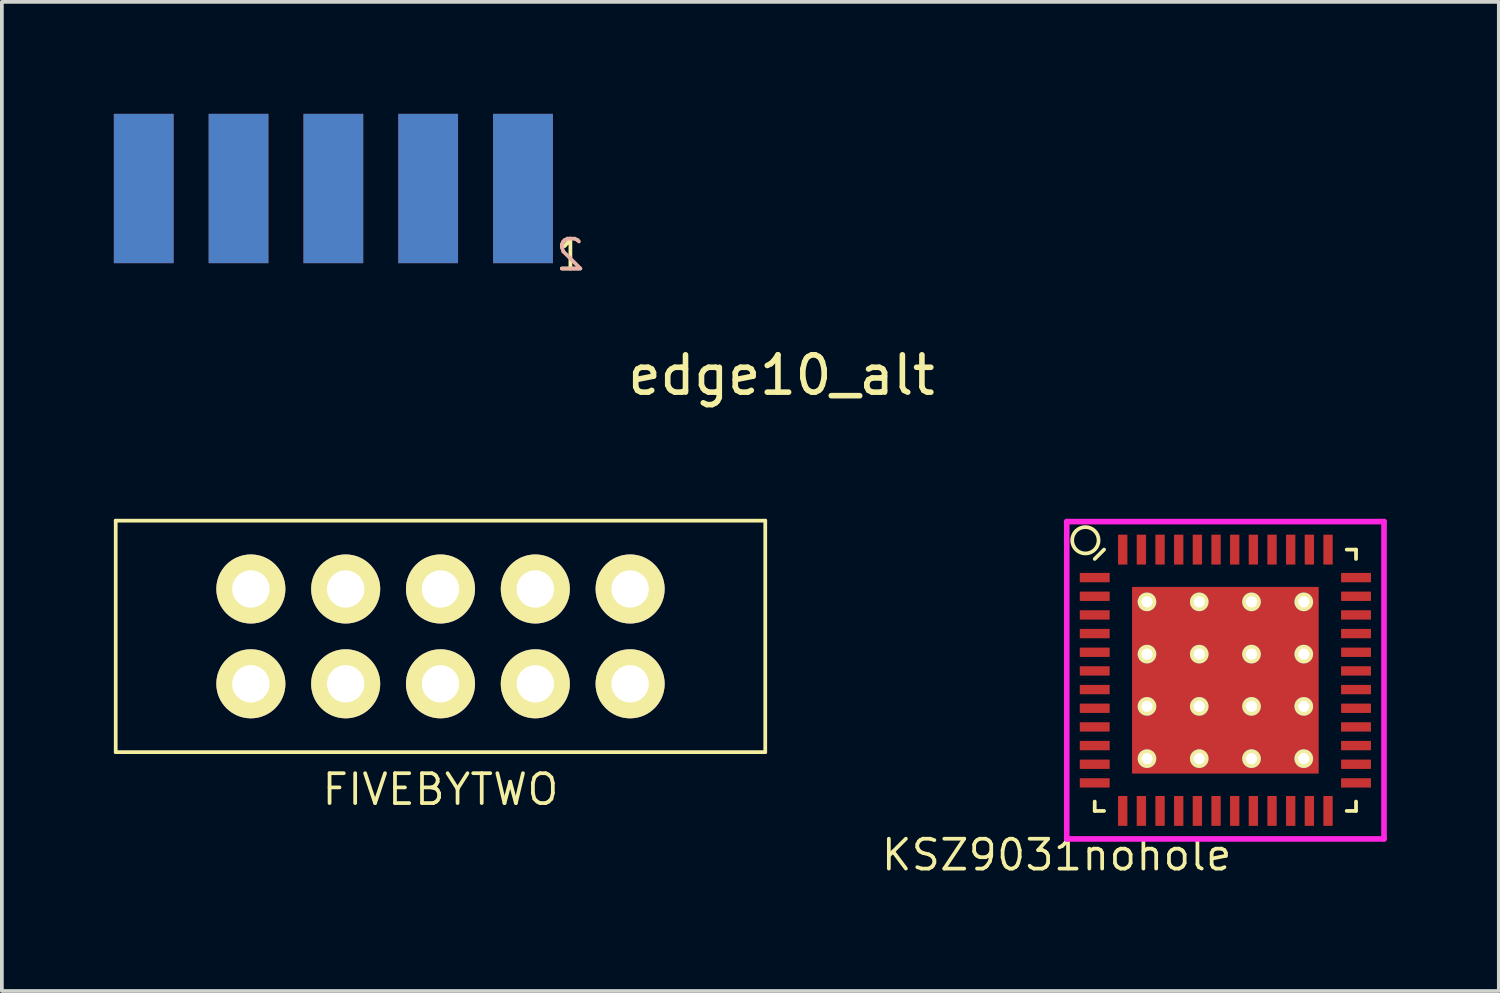
<source format=kicad_pcb>
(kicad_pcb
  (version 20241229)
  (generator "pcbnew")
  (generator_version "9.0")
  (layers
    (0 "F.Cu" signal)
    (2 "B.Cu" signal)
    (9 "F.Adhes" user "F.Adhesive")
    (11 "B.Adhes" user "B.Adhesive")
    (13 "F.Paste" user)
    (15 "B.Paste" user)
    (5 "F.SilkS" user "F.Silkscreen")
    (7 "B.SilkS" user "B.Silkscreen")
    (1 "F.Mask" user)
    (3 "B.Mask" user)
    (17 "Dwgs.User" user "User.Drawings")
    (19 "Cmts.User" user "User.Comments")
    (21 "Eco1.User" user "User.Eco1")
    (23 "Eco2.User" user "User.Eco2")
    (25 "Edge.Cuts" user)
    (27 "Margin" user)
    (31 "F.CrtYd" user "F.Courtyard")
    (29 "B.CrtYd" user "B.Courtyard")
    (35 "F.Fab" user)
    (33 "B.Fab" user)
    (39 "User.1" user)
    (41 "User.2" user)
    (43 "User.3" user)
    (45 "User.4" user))
  (footprint "KSZ9031nohole"
    (layer "F.Cu")
    (at 29.776 15.173)
    (property "Reference" "KSZ9031nohole" (at -4.52 4.68 0) (layer "F.SilkS") (effects (font (size 0.8 0.8) (thickness 0.1))))
    (attr through_hole)
    (fp_line (start -3.5 -3.25) (end -3.25 -3.5) (stroke (width 0.1) (type solid)) (layer "F.SilkS"))
    (fp_line (start -3.5 3.5) (end -3.5 3.25) (stroke (width 0.1) (type solid)) (layer "F.SilkS"))
    (fp_line (start -3.25 3.5) (end -3.5 3.5) (stroke (width 0.1) (type solid)) (layer "F.SilkS"))
    (fp_line (start 3.25 -3.5) (end 3.5 -3.5) (stroke (width 0.1) (type solid)) (layer "F.SilkS"))
    (fp_line (start 3.25 3.5) (end 3.5 3.5) (stroke (width 0.1) (type solid)) (layer "F.SilkS"))
    (fp_line (start 3.5 -3.5) (end 3.5 -3.25) (stroke (width 0.1) (type solid)) (layer "F.SilkS"))
    (fp_line (start 3.5 3.5) (end 3.5 3.25) (stroke (width 0.1) (type solid)) (layer "F.SilkS"))
    (fp_circle (center -3.75 -3.75) (end -4 -4) (stroke (width 0.1) (type solid)) (fill no) (layer "F.SilkS"))
    (fp_line (start -4.25 -4.25) (end 4.25 -4.25) (stroke (width 0.15) (type solid)) (layer "F.CrtYd"))
    (fp_line (start -4.25 4.25) (end -4.25 -4.25) (stroke (width 0.15) (type solid)) (layer "F.CrtYd"))
    (fp_line (start 4.25 -4.25) (end 4.25 4.25) (stroke (width 0.15) (type solid)) (layer "F.CrtYd"))
    (fp_line (start 4.25 4.25) (end -4.25 4.25) (stroke (width 0.15) (type solid)) (layer "F.CrtYd"))
    (pad "1" smd rect (at -3.5 -2.75 90) (size 0.25 0.8) (layers "F.Cu" "F.Mask" "F.Paste"))
    (pad "2" smd rect (at -3.5 -2.25 90) (size 0.25 0.8) (layers "F.Cu" "F.Mask" "F.Paste"))
    (pad "3" smd rect (at -3.5 -1.75 90) (size 0.25 0.8) (layers "F.Cu" "F.Mask" "F.Paste"))
    (pad "4" smd rect (at -3.5 -1.25 90) (size 0.25 0.8) (layers "F.Cu" "F.Mask" "F.Paste"))
    (pad "5" smd rect (at -3.5 -0.75 90) (size 0.25 0.8) (layers "F.Cu" "F.Mask" "F.Paste"))
    (pad "6" smd rect (at -3.5 -0.25 90) (size 0.25 0.8) (layers "F.Cu" "F.Mask" "F.Paste"))
    (pad "7" smd rect (at -3.5 0.25 90) (size 0.25 0.8) (layers "F.Cu" "F.Mask" "F.Paste"))
    (pad "8" smd rect (at -3.5 0.75 90) (size 0.25 0.8) (layers "F.Cu" "F.Mask" "F.Paste"))
    (pad "9" smd rect (at -3.5 1.25 90) (size 0.25 0.8) (layers "F.Cu" "F.Mask" "F.Paste"))
    (pad "10" smd rect (at -3.5 1.75 90) (size 0.25 0.8) (layers "F.Cu" "F.Mask" "F.Paste"))
    (pad "11" smd rect (at -3.5 2.25 90) (size 0.25 0.8) (layers "F.Cu" "F.Mask" "F.Paste"))
    (pad "12" smd rect (at -3.5 2.75 90) (size 0.25 0.8) (layers "F.Cu" "F.Mask" "F.Paste"))
    (pad "13" smd rect (at -2.75 3.5) (size 0.25 0.8) (layers "F.Cu" "F.Mask" "F.Paste"))
    (pad "14" smd rect (at -2.25 3.5) (size 0.25 0.8) (layers "F.Cu" "F.Mask" "F.Paste"))
    (pad "15" smd rect (at -1.75 3.5) (size 0.25 0.8) (layers "F.Cu" "F.Mask" "F.Paste"))
    (pad "16" smd rect (at -1.25 3.5) (size 0.25 0.8) (layers "F.Cu" "F.Mask" "F.Paste"))
    (pad "17" smd rect (at -0.75 3.5) (size 0.25 0.8) (layers "F.Cu" "F.Mask" "F.Paste"))
    (pad "18" smd rect (at -0.25 3.5) (size 0.25 0.8) (layers "F.Cu" "F.Mask" "F.Paste"))
    (pad "19" smd rect (at 0.25 3.5) (size 0.25 0.8) (layers "F.Cu" "F.Mask" "F.Paste"))
    (pad "20" smd rect (at 0.75 3.5) (size 0.25 0.8) (layers "F.Cu" "F.Mask" "F.Paste"))
    (pad "21" smd rect (at 1.25 3.5) (size 0.25 0.8) (layers "F.Cu" "F.Mask" "F.Paste"))
    (pad "22" smd rect (at 1.75 3.5) (size 0.25 0.8) (layers "F.Cu" "F.Mask" "F.Paste"))
    (pad "23" smd rect (at 2.25 3.5) (size 0.25 0.8) (layers "F.Cu" "F.Mask" "F.Paste"))
    (pad "24" smd rect (at 2.75 3.5) (size 0.25 0.8) (layers "F.Cu" "F.Mask" "F.Paste"))
    (pad "25" smd rect (at 3.5 2.75 90) (size 0.25 0.8) (layers "F.Cu" "F.Mask" "F.Paste"))
    (pad "26" smd rect (at 3.5 2.25 90) (size 0.25 0.8) (layers "F.Cu" "F.Mask" "F.Paste"))
    (pad "27" smd rect (at 3.5 1.75 90) (size 0.25 0.8) (layers "F.Cu" "F.Mask" "F.Paste"))
    (pad "28" smd rect (at 3.5 1.25 90) (size 0.25 0.8) (layers "F.Cu" "F.Mask" "F.Paste"))
    (pad "29" smd rect (at 3.5 0.75 90) (size 0.25 0.8) (layers "F.Cu" "F.Mask" "F.Paste"))
    (pad "30" smd rect (at 3.5 0.25 90) (size 0.25 0.8) (layers "F.Cu" "F.Mask" "F.Paste"))
    (pad "31" smd rect (at 3.5 -0.25 90) (size 0.25 0.8) (layers "F.Cu" "F.Mask" "F.Paste"))
    (pad "32" smd rect (at 3.5 -0.75 90) (size 0.25 0.8) (layers "F.Cu" "F.Mask" "F.Paste"))
    (pad "33" smd rect (at 3.5 -1.25 90) (size 0.25 0.8) (layers "F.Cu" "F.Mask" "F.Paste"))
    (pad "34" smd rect (at 3.5 -1.75 90) (size 0.25 0.8) (layers "F.Cu" "F.Mask" "F.Paste"))
    (pad "35" smd rect (at 3.5 -2.25 90) (size 0.25 0.8) (layers "F.Cu" "F.Mask" "F.Paste"))
    (pad "36" smd rect (at 3.5 -2.75 90) (size 0.25 0.8) (layers "F.Cu" "F.Mask" "F.Paste"))
    (pad "37" smd rect (at 2.75 -3.5) (size 0.25 0.8) (layers "F.Cu" "F.Mask" "F.Paste"))
    (pad "38" smd rect (at 2.25 -3.5) (size 0.25 0.8) (layers "F.Cu" "F.Mask" "F.Paste"))
    (pad "39" smd rect (at 1.75 -3.5) (size 0.25 0.8) (layers "F.Cu" "F.Mask" "F.Paste"))
    (pad "40" smd rect (at 1.25 -3.5) (size 0.25 0.8) (layers "F.Cu" "F.Mask" "F.Paste"))
    (pad "41" smd rect (at 0.75 -3.5) (size 0.25 0.8) (layers "F.Cu" "F.Mask" "F.Paste"))
    (pad "42" smd rect (at 0.25 -3.5) (size 0.25 0.8) (layers "F.Cu" "F.Mask" "F.Paste"))
    (pad "43" smd rect (at -0.25 -3.5) (size 0.25 0.8) (layers "F.Cu" "F.Mask" "F.Paste"))
    (pad "44" smd rect (at -0.75 -3.5) (size 0.25 0.8) (layers "F.Cu" "F.Mask" "F.Paste"))
    (pad "45" smd rect (at -1.25 -3.5) (size 0.25 0.8) (layers "F.Cu" "F.Mask" "F.Paste"))
    (pad "46" smd rect (at -1.75 -3.5) (size 0.25 0.8) (layers "F.Cu" "F.Mask" "F.Paste"))
    (pad "47" smd rect (at -2.25 -3.5) (size 0.25 0.8) (layers "F.Cu" "F.Mask" "F.Paste"))
    (pad "48" smd rect (at -2.75 -3.5) (size 0.25 0.8) (layers "F.Cu" "F.Mask" "F.Paste"))
    (pad "49" thru_hole circle (at -2.1 -2.1) (size 0.5 0.5) (drill 0.3) (layers "*.Cu" "*.Mask" "F.SilkS"))
    (pad "49" thru_hole circle (at -2.1 -0.7) (size 0.5 0.5) (drill 0.3) (layers "*.Cu" "*.Mask" "F.SilkS"))
    (pad "49" thru_hole circle (at -2.1 0.7) (size 0.5 0.5) (drill 0.3) (layers "*.Cu" "*.Mask" "F.SilkS"))
    (pad "49" thru_hole circle (at -2.1 2.1) (size 0.5 0.5) (drill 0.3) (layers "*.Cu" "*.Mask" "F.SilkS"))
    (pad "49" thru_hole circle (at -0.7 -2.1) (size 0.5 0.5) (drill 0.3) (layers "*.Cu" "*.Mask" "F.SilkS"))
    (pad "49" thru_hole circle (at -0.7 -0.7) (size 0.5 0.5) (drill 0.3) (layers "*.Cu" "*.Mask" "F.SilkS"))
    (pad "49" thru_hole circle (at -0.7 0.7) (size 0.5 0.5) (drill 0.3) (layers "*.Cu" "*.Mask" "F.SilkS"))
    (pad "49" thru_hole circle (at -0.7 2.1) (size 0.5 0.5) (drill 0.3) (layers "*.Cu" "*.Mask" "F.SilkS"))
    (pad "49" smd rect (at 0 0) (size 5 5) (layers "F.Cu" "F.Mask"))
    (pad "49" thru_hole circle (at 0.7 -2.1) (size 0.5 0.5) (drill 0.3) (layers "*.Cu" "*.Mask" "F.SilkS"))
    (pad "49" thru_hole circle (at 0.7 -0.7) (size 0.5 0.5) (drill 0.3) (layers "*.Cu" "*.Mask" "F.SilkS"))
    (pad "49" thru_hole circle (at 0.7 0.7) (size 0.5 0.5) (drill 0.3) (layers "*.Cu" "*.Mask" "F.SilkS"))
    (pad "49" thru_hole circle (at 0.7 2.1) (size 0.5 0.5) (drill 0.3) (layers "*.Cu" "*.Mask" "F.SilkS"))
    (pad "49" thru_hole circle (at 2.1 -2.1) (size 0.5 0.5) (drill 0.3) (layers "*.Cu" "*.Mask" "F.SilkS"))
    (pad "49" thru_hole circle (at 2.1 -0.7) (size 0.5 0.5) (drill 0.3) (layers "*.Cu" "*.Mask" "F.SilkS"))
    (pad "49" thru_hole circle (at 2.1 0.7) (size 0.5 0.5) (drill 0.3) (layers "*.Cu" "*.Mask" "F.SilkS"))
    (pad "49" thru_hole circle (at 2.1 2.1) (size 0.5 0.5) (drill 0.3) (layers "*.Cu" "*.Mask" "F.SilkS")))
  (footprint "FIVEBYTWO"
    (layer "F.Cu")
    (at 8.75 13.998)
    (property "Reference" "FIVEBYTWO" (at 0 4.1 0) (layer "F.SilkS") (effects (font (size 0.8 0.8) (thickness 0.1))))
    (attr through_hole)
    (fp_line (start -8.7 -3.1) (end -8.7 3.1) (stroke (width 0.1) (type solid)) (layer "F.SilkS"))
    (fp_line (start -8.7 3.1) (end 8.7 3.1) (stroke (width 0.1) (type solid)) (layer "F.SilkS"))
    (fp_line (start 8.7 -3.1) (end -8.7 -3.1) (stroke (width 0.1) (type solid)) (layer "F.SilkS"))
    (fp_line (start 8.7 3.1) (end 8.7 -3.1) (stroke (width 0.1) (type solid)) (layer "F.SilkS"))
    (pad "1" thru_hole circle (at -5.08 1.27) (size 1.85 1.85) (drill 1) (layers "*.Cu" "*.Mask" "F.SilkS"))
    (pad "2" thru_hole circle (at -5.08 -1.27) (size 1.85 1.85) (drill 1) (layers "*.Cu" "*.Mask" "F.SilkS"))
    (pad "3" thru_hole circle (at -2.54 1.27) (size 1.85 1.85) (drill 1) (layers "*.Cu" "*.Mask" "F.SilkS"))
    (pad "4" thru_hole circle (at -2.54 -1.27) (size 1.85 1.85) (drill 1) (layers "*.Cu" "*.Mask" "F.SilkS"))
    (pad "5" thru_hole circle (at 0 1.27) (size 1.85 1.85) (drill 1) (layers "*.Cu" "*.Mask" "F.SilkS"))
    (pad "6" thru_hole circle (at 0 -1.27) (size 1.85 1.85) (drill 1) (layers "*.Cu" "*.Mask" "F.SilkS"))
    (pad "7" thru_hole circle (at 2.54 1.27) (size 1.85 1.85) (drill 1) (layers "*.Cu" "*.Mask" "F.SilkS"))
    (pad "8" thru_hole circle (at 2.54 -1.27) (size 1.85 1.85) (drill 1) (layers "*.Cu" "*.Mask" "F.SilkS"))
    (pad "9" thru_hole circle (at 5.08 1.27) (size 1.85 1.85) (drill 1) (layers "*.Cu" "*.Mask" "F.SilkS"))
    (pad "10" thru_hole circle (at 5.08 -1.27) (size 1.85 1.85) (drill 1) (layers "*.Cu" "*.Mask" "F.SilkS")))
  (footprint "edge10_alt"
    (layer "F.Cu")
    (at 10.96 2)
    (property "Reference" "edge10_alt" (at 6.925 5 0) (layer "F.SilkS") (effects (font (size 1 1) (thickness 0.15))))
    (attr through_hole)
    (fp_text user "1" (at 1.27 1.778 0) (layer "F.SilkS") (effects (font (size 0.8 0.8) (thickness 0.1))))
    (fp_text user "2" (at 1.27 1.778 0) (layer "B.SilkS") (effects (font (size 0.8 0.8) (thickness 0.1)) (justify mirror)))
    (pad "1" smd rect (at 0 0) (size 1.6 4) (layers "F.Cu" "F.Mask" "F.Paste"))
    (pad "2" smd rect (at 0 0) (size 1.6 4) (layers "B.Cu" "B.Mask" "B.Paste"))
    (pad "3" smd rect (at -2.54 0) (size 1.6 4) (layers "F.Cu" "F.Mask" "F.Paste"))
    (pad "4" smd rect (at -2.54 0) (size 1.6 4) (layers "B.Cu" "B.Mask" "B.Paste"))
    (pad "5" smd rect (at -5.08 0) (size 1.6 4) (layers "F.Cu" "F.Mask" "F.Paste"))
    (pad "6" smd rect (at -5.08 0) (size 1.6 4) (layers "B.Cu" "B.Mask" "B.Paste"))
    (pad "7" smd rect (at -7.62 0) (size 1.6 4) (layers "F.Cu" "F.Mask" "F.Paste"))
    (pad "8" smd rect (at -7.62 0) (size 1.6 4) (layers "B.Cu" "B.Mask" "B.Paste"))
    (pad "9" smd rect (at -10.16 0) (size 1.6 4) (layers "F.Cu" "F.Mask" "F.Paste"))
    (pad "10" smd rect (at -10.16 0) (size 1.6 4) (layers "B.Cu" "B.Mask" "B.Paste")))
  (gr_rect
    (start -3 -3)
    (end 37.101 23.497)
    (stroke (width 0.1) (type default))
    (fill no)
    (layer "Edge.Cuts")))
</source>
